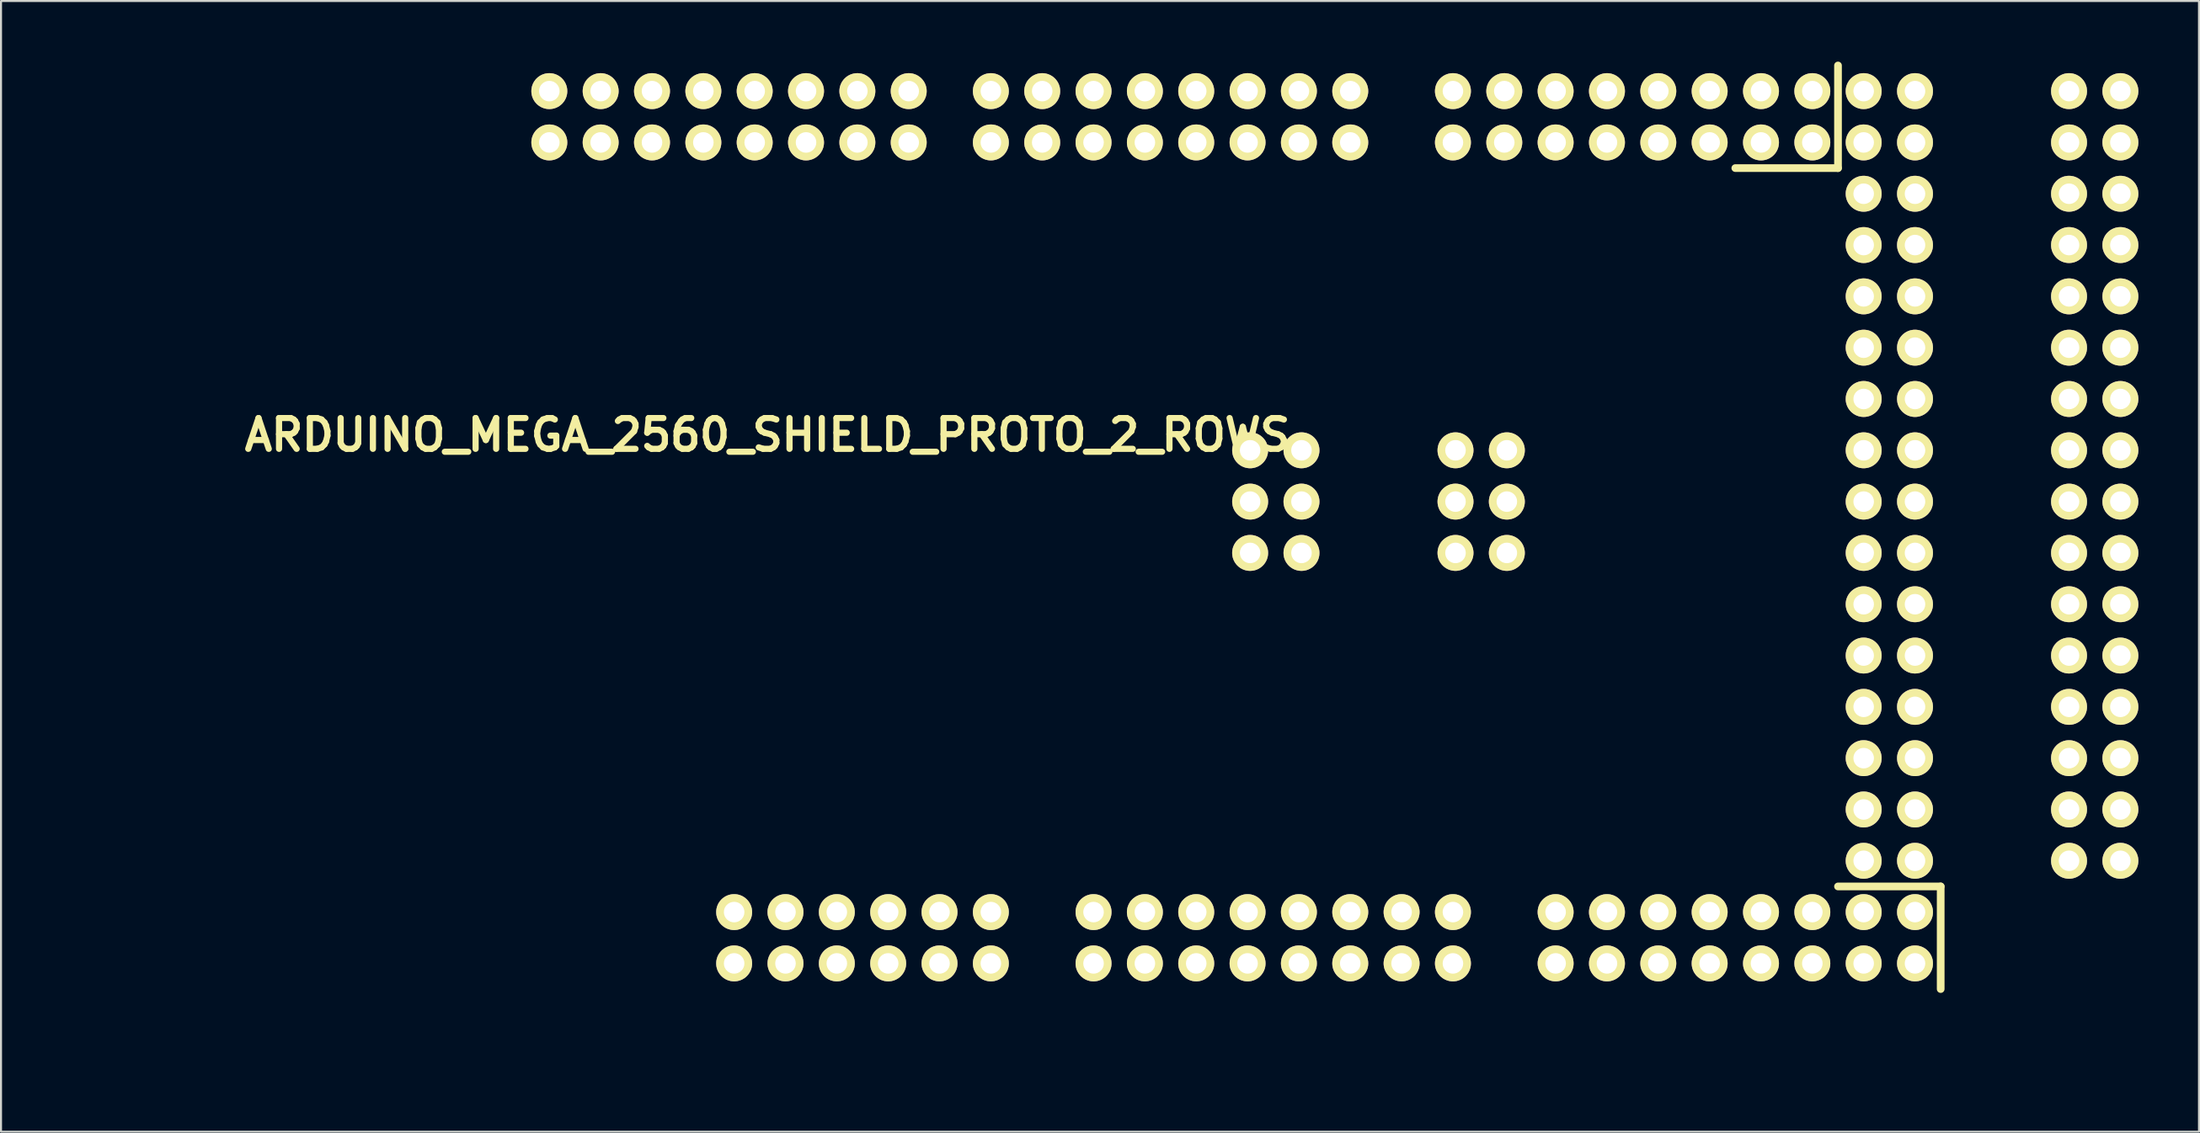
<source format=kicad_pcb>
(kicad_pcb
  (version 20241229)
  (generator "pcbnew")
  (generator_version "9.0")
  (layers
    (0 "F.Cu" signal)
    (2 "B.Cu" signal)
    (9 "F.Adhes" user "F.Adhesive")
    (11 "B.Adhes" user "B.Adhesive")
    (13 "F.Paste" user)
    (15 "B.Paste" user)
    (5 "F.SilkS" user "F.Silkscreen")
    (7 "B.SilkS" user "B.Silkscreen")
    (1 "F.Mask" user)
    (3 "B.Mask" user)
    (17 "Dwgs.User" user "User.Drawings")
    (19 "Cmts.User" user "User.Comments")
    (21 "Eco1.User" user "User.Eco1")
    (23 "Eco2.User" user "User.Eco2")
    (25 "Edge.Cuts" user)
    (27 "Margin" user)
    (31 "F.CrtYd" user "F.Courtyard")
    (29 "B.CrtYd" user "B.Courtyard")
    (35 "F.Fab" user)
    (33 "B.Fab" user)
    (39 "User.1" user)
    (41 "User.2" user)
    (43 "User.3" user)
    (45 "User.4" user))
  (footprint "ARDUINO_MEGA_2560_SHIELD_PROTO_2_ROWS"
    (layer "F.Cu")
    (at 0.25 49.721)
    (property "Reference" "ARDUINO_MEGA_2560_SHIELD_PROTO_2_ROWS" (at 34.671 -31.242 0) (layer "F.SilkS") (effects (font (size 1.524 1.524) (thickness 0.305))))
    (attr through_hole)
    (fp_line (start 87.63 -44.45) (end 82.55 -44.45) (stroke (width 0.381) (type solid)) (layer "F.SilkS"))
    (fp_line (start 87.63 -44.45) (end 87.63 -49.53) (stroke (width 0.381) (type solid)) (layer "F.SilkS"))
    (fp_line (start 87.63 -8.89) (end 92.71 -8.89) (stroke (width 0.381) (type solid)) (layer "F.SilkS"))
    (fp_line (start 92.71 -8.89) (end 92.71 -3.81) (stroke (width 0.381) (type solid)) (layer "F.SilkS"))
    (pad "0" thru_hole circle (at 63.5 -48.26) (size 1.778 1.778) (drill 1.016) (layers "*.Cu" "*.Mask" "F.SilkS"))
    (pad "0" thru_hole circle (at 63.5 -45.72) (size 1.778 1.778) (drill 1.016) (layers "*.Cu" "*.Mask" "F.SilkS"))
    (pad "1" thru_hole circle (at 60.96 -48.26) (size 1.778 1.778) (drill 1.016) (layers "*.Cu" "*.Mask" "F.SilkS"))
    (pad "1" thru_hole circle (at 60.96 -45.72) (size 1.778 1.778) (drill 1.016) (layers "*.Cu" "*.Mask" "F.SilkS"))
    (pad "2" thru_hole circle (at 58.42 -48.26) (size 1.778 1.778) (drill 1.016) (layers "*.Cu" "*.Mask" "F.SilkS"))
    (pad "2" thru_hole circle (at 58.42 -45.72) (size 1.778 1.778) (drill 1.016) (layers "*.Cu" "*.Mask" "F.SilkS"))
    (pad "3" thru_hole circle (at 55.88 -48.26) (size 1.778 1.778) (drill 1.016) (layers "*.Cu" "*.Mask" "F.SilkS"))
    (pad "3" thru_hole circle (at 55.88 -45.72) (size 1.778 1.778) (drill 1.016) (layers "*.Cu" "*.Mask" "F.SilkS"))
    (pad "3V3" thru_hole circle (at 35.56 -7.62) (size 1.778 1.778) (drill 1.016) (layers "*.Cu" "*.Mask" "F.SilkS"))
    (pad "3V3" thru_hole circle (at 35.56 -5.08) (size 1.778 1.778) (drill 1.016) (layers "*.Cu" "*.Mask" "F.SilkS"))
    (pad "4" thru_hole circle (at 53.34 -48.26) (size 1.778 1.778) (drill 1.016) (layers "*.Cu" "*.Mask" "F.SilkS"))
    (pad "4" thru_hole circle (at 53.34 -45.72) (size 1.778 1.778) (drill 1.016) (layers "*.Cu" "*.Mask" "F.SilkS"))
    (pad "5" thru_hole circle (at 50.8 -48.26) (size 1.778 1.778) (drill 1.016) (layers "*.Cu" "*.Mask" "F.SilkS"))
    (pad "5" thru_hole circle (at 50.8 -45.72) (size 1.778 1.778) (drill 1.016) (layers "*.Cu" "*.Mask" "F.SilkS"))
    (pad "5V1" thru_hole circle (at 38.1 -7.62) (size 1.778 1.778) (drill 1.016) (layers "*.Cu" "*.Mask" "F.SilkS"))
    (pad "5V1" thru_hole circle (at 38.1 -5.08) (size 1.778 1.778) (drill 1.016) (layers "*.Cu" "*.Mask" "F.SilkS"))
    (pad "5V4" thru_hole oval (at 68.707 -30.48 90) (size 1.778 1.778) (drill 1.016) (layers "*.Cu" "*.Mask" "F.SilkS"))
    (pad "5V4" thru_hole oval (at 71.247 -30.48 90) (size 1.778 1.778) (drill 1.016) (layers "*.Cu" "*.Mask" "F.SilkS"))
    (pad "6" thru_hole circle (at 48.26 -48.26) (size 1.778 1.778) (drill 1.016) (layers "*.Cu" "*.Mask" "F.SilkS"))
    (pad "6" thru_hole circle (at 48.26 -45.72) (size 1.778 1.778) (drill 1.016) (layers "*.Cu" "*.Mask" "F.SilkS"))
    (pad "7" thru_hole circle (at 45.72 -48.26) (size 1.778 1.778) (drill 1.016) (layers "*.Cu" "*.Mask" "F.SilkS"))
    (pad "7" thru_hole circle (at 45.72 -45.72) (size 1.778 1.778) (drill 1.016) (layers "*.Cu" "*.Mask" "F.SilkS"))
    (pad "8" thru_hole circle (at 41.656 -48.26) (size 1.778 1.778) (drill 1.016) (layers "*.Cu" "*.Mask" "F.SilkS"))
    (pad "8" thru_hole circle (at 41.656 -45.72) (size 1.778 1.778) (drill 1.016) (layers "*.Cu" "*.Mask" "F.SilkS"))
    (pad "9" thru_hole circle (at 39.116 -48.26) (size 1.778 1.778) (drill 1.016) (layers "*.Cu" "*.Mask" "F.SilkS"))
    (pad "9" thru_hole circle (at 39.116 -45.72) (size 1.778 1.778) (drill 1.016) (layers "*.Cu" "*.Mask" "F.SilkS"))
    (pad "10" thru_hole circle (at 36.576 -48.26) (size 1.778 1.778) (drill 1.016) (layers "*.Cu" "*.Mask" "F.SilkS"))
    (pad "10" thru_hole circle (at 36.576 -45.72) (size 1.778 1.778) (drill 1.016) (layers "*.Cu" "*.Mask" "F.SilkS"))
    (pad "11" thru_hole circle (at 34.036 -48.26) (size 1.778 1.778) (drill 1.016) (layers "*.Cu" "*.Mask" "F.SilkS"))
    (pad "11" thru_hole circle (at 34.036 -45.72) (size 1.778 1.778) (drill 1.016) (layers "*.Cu" "*.Mask" "F.SilkS"))
    (pad "12" thru_hole circle (at 31.496 -48.26) (size 1.778 1.778) (drill 1.016) (layers "*.Cu" "*.Mask" "F.SilkS"))
    (pad "12" thru_hole circle (at 31.496 -45.72) (size 1.778 1.778) (drill 1.016) (layers "*.Cu" "*.Mask" "F.SilkS"))
    (pad "13" thru_hole circle (at 28.956 -48.26) (size 1.778 1.778) (drill 1.016) (layers "*.Cu" "*.Mask" "F.SilkS"))
    (pad "13" thru_hole circle (at 28.956 -45.72) (size 1.778 1.778) (drill 1.016) (layers "*.Cu" "*.Mask" "F.SilkS"))
    (pad "14" thru_hole circle (at 68.58 -48.26) (size 1.778 1.778) (drill 1.016) (layers "*.Cu" "*.Mask" "F.SilkS"))
    (pad "14" thru_hole circle (at 68.58 -45.72) (size 1.778 1.778) (drill 1.016) (layers "*.Cu" "*.Mask" "F.SilkS"))
    (pad "15" thru_hole circle (at 71.12 -48.26) (size 1.778 1.778) (drill 1.016) (layers "*.Cu" "*.Mask" "F.SilkS"))
    (pad "15" thru_hole circle (at 71.12 -45.72) (size 1.778 1.778) (drill 1.016) (layers "*.Cu" "*.Mask" "F.SilkS"))
    (pad "16" thru_hole circle (at 73.66 -48.26) (size 1.778 1.778) (drill 1.016) (layers "*.Cu" "*.Mask" "F.SilkS"))
    (pad "16" thru_hole circle (at 73.66 -45.72) (size 1.778 1.778) (drill 1.016) (layers "*.Cu" "*.Mask" "F.SilkS"))
    (pad "17" thru_hole circle (at 76.2 -48.26) (size 1.778 1.778) (drill 1.016) (layers "*.Cu" "*.Mask" "F.SilkS"))
    (pad "17" thru_hole circle (at 76.2 -45.72) (size 1.778 1.778) (drill 1.016) (layers "*.Cu" "*.Mask" "F.SilkS"))
    (pad "18" thru_hole circle (at 78.74 -48.26) (size 1.778 1.778) (drill 1.016) (layers "*.Cu" "*.Mask" "F.SilkS"))
    (pad "18" thru_hole circle (at 78.74 -45.72) (size 1.778 1.778) (drill 1.016) (layers "*.Cu" "*.Mask" "F.SilkS"))
    (pad "19" thru_hole circle (at 81.28 -48.26) (size 1.778 1.778) (drill 1.016) (layers "*.Cu" "*.Mask" "F.SilkS"))
    (pad "19" thru_hole circle (at 81.28 -45.72) (size 1.778 1.778) (drill 1.016) (layers "*.Cu" "*.Mask" "F.SilkS"))
    (pad "20" thru_hole circle (at 83.82 -48.26) (size 1.778 1.778) (drill 1.016) (layers "*.Cu" "*.Mask" "F.SilkS"))
    (pad "20" thru_hole circle (at 83.82 -45.72) (size 1.778 1.778) (drill 1.016) (layers "*.Cu" "*.Mask" "F.SilkS"))
    (pad "21" thru_hole circle (at 86.36 -48.26) (size 1.778 1.778) (drill 1.016) (layers "*.Cu" "*.Mask" "F.SilkS"))
    (pad "21" thru_hole circle (at 86.36 -45.72) (size 1.778 1.778) (drill 1.016) (layers "*.Cu" "*.Mask" "F.SilkS"))
    (pad "22" thru_hole circle (at 88.9 -48.26) (size 1.778 1.778) (drill 1.016) (layers "*.Cu" "*.Mask" "F.SilkS"))
    (pad "22" thru_hole circle (at 91.44 -48.26) (size 1.778 1.778) (drill 1.016) (layers "*.Cu" "*.Mask" "F.SilkS"))
    (pad "23" thru_hole circle (at 99.06 -48.26) (size 1.778 1.778) (drill 1.016) (layers "*.Cu" "*.Mask" "F.SilkS"))
    (pad "23" thru_hole circle (at 101.6 -48.26) (size 1.778 1.778) (drill 1.016) (layers "*.Cu" "*.Mask" "F.SilkS"))
    (pad "24" thru_hole circle (at 88.9 -45.72) (size 1.778 1.778) (drill 1.016) (layers "*.Cu" "*.Mask" "F.SilkS"))
    (pad "24" thru_hole circle (at 91.44 -45.72) (size 1.778 1.778) (drill 1.016) (layers "*.Cu" "*.Mask" "F.SilkS"))
    (pad "25" thru_hole circle (at 99.06 -45.72) (size 1.778 1.778) (drill 1.016) (layers "*.Cu" "*.Mask" "F.SilkS"))
    (pad "25" thru_hole circle (at 101.6 -45.72) (size 1.778 1.778) (drill 1.016) (layers "*.Cu" "*.Mask" "F.SilkS"))
    (pad "26" thru_hole circle (at 88.9 -43.18) (size 1.778 1.778) (drill 1.016) (layers "*.Cu" "*.Mask" "F.SilkS"))
    (pad "26" thru_hole circle (at 91.44 -43.18) (size 1.778 1.778) (drill 1.016) (layers "*.Cu" "*.Mask" "F.SilkS"))
    (pad "27" thru_hole circle (at 99.06 -43.18) (size 1.778 1.778) (drill 1.016) (layers "*.Cu" "*.Mask" "F.SilkS"))
    (pad "27" thru_hole circle (at 101.6 -43.18) (size 1.778 1.778) (drill 1.016) (layers "*.Cu" "*.Mask" "F.SilkS"))
    (pad "28" thru_hole circle (at 88.9 -40.64) (size 1.778 1.778) (drill 1.016) (layers "*.Cu" "*.Mask" "F.SilkS"))
    (pad "28" thru_hole circle (at 91.44 -40.64) (size 1.778 1.778) (drill 1.016) (layers "*.Cu" "*.Mask" "F.SilkS"))
    (pad "29" thru_hole circle (at 99.06 -40.64) (size 1.778 1.778) (drill 1.016) (layers "*.Cu" "*.Mask" "F.SilkS"))
    (pad "29" thru_hole circle (at 101.6 -40.64) (size 1.778 1.778) (drill 1.016) (layers "*.Cu" "*.Mask" "F.SilkS"))
    (pad "30" thru_hole circle (at 88.9 -38.1) (size 1.778 1.778) (drill 1.016) (layers "*.Cu" "*.Mask" "F.SilkS"))
    (pad "30" thru_hole circle (at 91.44 -38.1) (size 1.778 1.778) (drill 1.016) (layers "*.Cu" "*.Mask" "F.SilkS"))
    (pad "31" thru_hole circle (at 99.06 -38.1) (size 1.778 1.778) (drill 1.016) (layers "*.Cu" "*.Mask" "F.SilkS"))
    (pad "31" thru_hole circle (at 101.6 -38.1) (size 1.778 1.778) (drill 1.016) (layers "*.Cu" "*.Mask" "F.SilkS"))
    (pad "32" thru_hole circle (at 88.9 -35.56) (size 1.778 1.778) (drill 1.016) (layers "*.Cu" "*.Mask" "F.SilkS"))
    (pad "32" thru_hole circle (at 91.44 -35.56) (size 1.778 1.778) (drill 1.016) (layers "*.Cu" "*.Mask" "F.SilkS"))
    (pad "33" thru_hole circle (at 99.06 -35.56) (size 1.778 1.778) (drill 1.016) (layers "*.Cu" "*.Mask" "F.SilkS"))
    (pad "33" thru_hole circle (at 101.6 -35.56) (size 1.778 1.778) (drill 1.016) (layers "*.Cu" "*.Mask" "F.SilkS"))
    (pad "34" thru_hole circle (at 88.9 -33.02) (size 1.778 1.778) (drill 1.016) (layers "*.Cu" "*.Mask" "F.SilkS"))
    (pad "34" thru_hole circle (at 91.44 -33.02) (size 1.778 1.778) (drill 1.016) (layers "*.Cu" "*.Mask" "F.SilkS"))
    (pad "35" thru_hole circle (at 99.06 -33.02) (size 1.778 1.778) (drill 1.016) (layers "*.Cu" "*.Mask" "F.SilkS"))
    (pad "35" thru_hole circle (at 101.6 -33.02) (size 1.778 1.778) (drill 1.016) (layers "*.Cu" "*.Mask" "F.SilkS"))
    (pad "36" thru_hole circle (at 88.9 -30.48) (size 1.778 1.778) (drill 1.016) (layers "*.Cu" "*.Mask" "F.SilkS"))
    (pad "36" thru_hole circle (at 91.44 -30.48) (size 1.778 1.778) (drill 1.016) (layers "*.Cu" "*.Mask" "F.SilkS"))
    (pad "37" thru_hole circle (at 99.06 -30.48) (size 1.778 1.778) (drill 1.016) (layers "*.Cu" "*.Mask" "F.SilkS"))
    (pad "37" thru_hole circle (at 101.6 -30.48) (size 1.778 1.778) (drill 1.016) (layers "*.Cu" "*.Mask" "F.SilkS"))
    (pad "38" thru_hole circle (at 88.9 -27.94) (size 1.778 1.778) (drill 1.016) (layers "*.Cu" "*.Mask" "F.SilkS"))
    (pad "38" thru_hole circle (at 91.44 -27.94) (size 1.778 1.778) (drill 1.016) (layers "*.Cu" "*.Mask" "F.SilkS"))
    (pad "39" thru_hole circle (at 99.06 -27.94) (size 1.778 1.778) (drill 1.016) (layers "*.Cu" "*.Mask" "F.SilkS"))
    (pad "39" thru_hole circle (at 101.6 -27.94) (size 1.778 1.778) (drill 1.016) (layers "*.Cu" "*.Mask" "F.SilkS"))
    (pad "40" thru_hole circle (at 88.9 -25.4) (size 1.778 1.778) (drill 1.016) (layers "*.Cu" "*.Mask" "F.SilkS"))
    (pad "40" thru_hole circle (at 91.44 -25.4) (size 1.778 1.778) (drill 1.016) (layers "*.Cu" "*.Mask" "F.SilkS"))
    (pad "41" thru_hole circle (at 99.06 -25.4) (size 1.778 1.778) (drill 1.016) (layers "*.Cu" "*.Mask" "F.SilkS"))
    (pad "41" thru_hole circle (at 101.6 -25.4) (size 1.778 1.778) (drill 1.016) (layers "*.Cu" "*.Mask" "F.SilkS"))
    (pad "42" thru_hole circle (at 88.9 -22.86) (size 1.778 1.778) (drill 1.016) (layers "*.Cu" "*.Mask" "F.SilkS"))
    (pad "42" thru_hole circle (at 91.44 -22.86) (size 1.778 1.778) (drill 1.016) (layers "*.Cu" "*.Mask" "F.SilkS"))
    (pad "43" thru_hole circle (at 99.06 -22.86) (size 1.778 1.778) (drill 1.016) (layers "*.Cu" "*.Mask" "F.SilkS"))
    (pad "43" thru_hole circle (at 101.6 -22.86) (size 1.778 1.778) (drill 1.016) (layers "*.Cu" "*.Mask" "F.SilkS"))
    (pad "44" thru_hole circle (at 88.9 -20.32) (size 1.778 1.778) (drill 1.016) (layers "*.Cu" "*.Mask" "F.SilkS"))
    (pad "44" thru_hole circle (at 91.44 -20.32) (size 1.778 1.778) (drill 1.016) (layers "*.Cu" "*.Mask" "F.SilkS"))
    (pad "45" thru_hole circle (at 99.06 -20.32) (size 1.778 1.778) (drill 1.016) (layers "*.Cu" "*.Mask" "F.SilkS"))
    (pad "45" thru_hole circle (at 101.6 -20.32) (size 1.778 1.778) (drill 1.016) (layers "*.Cu" "*.Mask" "F.SilkS"))
    (pad "46" thru_hole circle (at 88.9 -17.78) (size 1.778 1.778) (drill 1.016) (layers "*.Cu" "*.Mask" "F.SilkS"))
    (pad "46" thru_hole circle (at 91.44 -17.78) (size 1.778 1.778) (drill 1.016) (layers "*.Cu" "*.Mask" "F.SilkS"))
    (pad "47" thru_hole circle (at 99.06 -17.78) (size 1.778 1.778) (drill 1.016) (layers "*.Cu" "*.Mask" "F.SilkS"))
    (pad "47" thru_hole circle (at 101.6 -17.78) (size 1.778 1.778) (drill 1.016) (layers "*.Cu" "*.Mask" "F.SilkS"))
    (pad "48" thru_hole circle (at 88.9 -15.24) (size 1.778 1.778) (drill 1.016) (layers "*.Cu" "*.Mask" "F.SilkS"))
    (pad "48" thru_hole circle (at 91.44 -15.24) (size 1.778 1.778) (drill 1.016) (layers "*.Cu" "*.Mask" "F.SilkS"))
    (pad "49" thru_hole circle (at 99.06 -15.24) (size 1.778 1.778) (drill 1.016) (layers "*.Cu" "*.Mask" "F.SilkS"))
    (pad "49" thru_hole circle (at 101.6 -15.24) (size 1.778 1.778) (drill 1.016) (layers "*.Cu" "*.Mask" "F.SilkS"))
    (pad "50" thru_hole circle (at 88.9 -12.7) (size 1.778 1.778) (drill 1.016) (layers "*.Cu" "*.Mask" "F.SilkS"))
    (pad "50" thru_hole circle (at 91.44 -12.7) (size 1.778 1.778) (drill 1.016) (layers "*.Cu" "*.Mask" "F.SilkS"))
    (pad "51" thru_hole circle (at 99.06 -12.7) (size 1.778 1.778) (drill 1.016) (layers "*.Cu" "*.Mask" "F.SilkS"))
    (pad "51" thru_hole circle (at 101.6 -12.7) (size 1.778 1.778) (drill 1.016) (layers "*.Cu" "*.Mask" "F.SilkS"))
    (pad "52" thru_hole circle (at 88.9 -10.16) (size 1.778 1.778) (drill 1.016) (layers "*.Cu" "*.Mask" "F.SilkS"))
    (pad "52" thru_hole circle (at 91.44 -10.16) (size 1.778 1.778) (drill 1.016) (layers "*.Cu" "*.Mask" "F.SilkS"))
    (pad "53" thru_hole circle (at 99.06 -10.16) (size 1.778 1.778) (drill 1.016) (layers "*.Cu" "*.Mask" "F.SilkS"))
    (pad "53" thru_hole circle (at 101.6 -10.16) (size 1.778 1.778) (drill 1.016) (layers "*.Cu" "*.Mask" "F.SilkS"))
    (pad "AD0" thru_hole circle (at 50.8 -7.62) (size 1.778 1.778) (drill 1.016) (layers "*.Cu" "*.Mask" "F.SilkS"))
    (pad "AD0" thru_hole circle (at 50.8 -5.08) (size 1.778 1.778) (drill 1.016) (layers "*.Cu" "*.Mask" "F.SilkS"))
    (pad "AD1" thru_hole circle (at 53.34 -7.62) (size 1.778 1.778) (drill 1.016) (layers "*.Cu" "*.Mask" "F.SilkS"))
    (pad "AD1" thru_hole circle (at 53.34 -5.08) (size 1.778 1.778) (drill 1.016) (layers "*.Cu" "*.Mask" "F.SilkS"))
    (pad "AD2" thru_hole circle (at 55.88 -7.62) (size 1.778 1.778) (drill 1.016) (layers "*.Cu" "*.Mask" "F.SilkS"))
    (pad "AD2" thru_hole circle (at 55.88 -5.08) (size 1.778 1.778) (drill 1.016) (layers "*.Cu" "*.Mask" "F.SilkS"))
    (pad "AD3" thru_hole circle (at 58.42 -7.62) (size 1.778 1.778) (drill 1.016) (layers "*.Cu" "*.Mask" "F.SilkS"))
    (pad "AD3" thru_hole circle (at 58.42 -5.08) (size 1.778 1.778) (drill 1.016) (layers "*.Cu" "*.Mask" "F.SilkS"))
    (pad "AD4" thru_hole circle (at 60.96 -7.62) (size 1.778 1.778) (drill 1.016) (layers "*.Cu" "*.Mask" "F.SilkS"))
    (pad "AD4" thru_hole circle (at 60.96 -5.08) (size 1.778 1.778) (drill 1.016) (layers "*.Cu" "*.Mask" "F.SilkS"))
    (pad "AD5" thru_hole circle (at 63.5 -7.62) (size 1.778 1.778) (drill 1.016) (layers "*.Cu" "*.Mask" "F.SilkS"))
    (pad "AD5" thru_hole circle (at 63.5 -5.08) (size 1.778 1.778) (drill 1.016) (layers "*.Cu" "*.Mask" "F.SilkS"))
    (pad "AD6" thru_hole circle (at 66.04 -7.62) (size 1.778 1.778) (drill 1.016) (layers "*.Cu" "*.Mask" "F.SilkS"))
    (pad "AD6" thru_hole circle (at 66.04 -5.08) (size 1.778 1.778) (drill 1.016) (layers "*.Cu" "*.Mask" "F.SilkS"))
    (pad "AD7" thru_hole circle (at 68.58 -7.62) (size 1.778 1.778) (drill 1.016) (layers "*.Cu" "*.Mask" "F.SilkS"))
    (pad "AD7" thru_hole circle (at 68.58 -5.08) (size 1.778 1.778) (drill 1.016) (layers "*.Cu" "*.Mask" "F.SilkS"))
    (pad "AD8" thru_hole circle (at 73.66 -7.62) (size 1.778 1.778) (drill 1.016) (layers "*.Cu" "*.Mask" "F.SilkS"))
    (pad "AD8" thru_hole circle (at 73.66 -5.08) (size 1.778 1.778) (drill 1.016) (layers "*.Cu" "*.Mask" "F.SilkS"))
    (pad "AD9" thru_hole circle (at 76.2 -7.62) (size 1.778 1.778) (drill 1.016) (layers "*.Cu" "*.Mask" "F.SilkS"))
    (pad "AD9" thru_hole circle (at 76.2 -5.08) (size 1.778 1.778) (drill 1.016) (layers "*.Cu" "*.Mask" "F.SilkS"))
    (pad "AD10" thru_hole circle (at 78.74 -7.62) (size 1.778 1.778) (drill 1.016) (layers "*.Cu" "*.Mask" "F.SilkS"))
    (pad "AD10" thru_hole circle (at 78.74 -5.08) (size 1.778 1.778) (drill 1.016) (layers "*.Cu" "*.Mask" "F.SilkS"))
    (pad "AD11" thru_hole circle (at 81.28 -7.62) (size 1.778 1.778) (drill 1.016) (layers "*.Cu" "*.Mask" "F.SilkS"))
    (pad "AD11" thru_hole circle (at 81.28 -5.08) (size 1.778 1.778) (drill 1.016) (layers "*.Cu" "*.Mask" "F.SilkS"))
    (pad "AD12" thru_hole circle (at 83.82 -7.62) (size 1.778 1.778) (drill 1.016) (layers "*.Cu" "*.Mask" "F.SilkS"))
    (pad "AD12" thru_hole circle (at 83.82 -5.08) (size 1.778 1.778) (drill 1.016) (layers "*.Cu" "*.Mask" "F.SilkS"))
    (pad "AD13" thru_hole circle (at 86.36 -7.62) (size 1.778 1.778) (drill 1.016) (layers "*.Cu" "*.Mask" "F.SilkS"))
    (pad "AD13" thru_hole circle (at 86.36 -5.08) (size 1.778 1.778) (drill 1.016) (layers "*.Cu" "*.Mask" "F.SilkS"))
    (pad "AD14" thru_hole circle (at 88.9 -7.62) (size 1.778 1.778) (drill 1.016) (layers "*.Cu" "*.Mask" "F.SilkS"))
    (pad "AD14" thru_hole circle (at 88.9 -5.08) (size 1.778 1.778) (drill 1.016) (layers "*.Cu" "*.Mask" "F.SilkS"))
    (pad "AD15" thru_hole circle (at 91.44 -7.62) (size 1.778 1.778) (drill 1.016) (layers "*.Cu" "*.Mask" "F.SilkS"))
    (pad "AD15" thru_hole circle (at 91.44 -5.08) (size 1.778 1.778) (drill 1.016) (layers "*.Cu" "*.Mask" "F.SilkS"))
    (pad "AREF" thru_hole circle (at 23.876 -48.26) (size 1.778 1.778) (drill 1.016) (layers "*.Cu" "*.Mask" "F.SilkS"))
    (pad "AREF" thru_hole circle (at 23.876 -45.72) (size 1.778 1.778) (drill 1.016) (layers "*.Cu" "*.Mask" "F.SilkS"))
    (pad "GND1" thru_hole circle (at 40.64 -7.62) (size 1.778 1.778) (drill 1.016) (layers "*.Cu" "*.Mask" "F.SilkS"))
    (pad "GND1" thru_hole circle (at 40.64 -5.08) (size 1.778 1.778) (drill 1.016) (layers "*.Cu" "*.Mask" "F.SilkS"))
    (pad "GND2" thru_hole circle (at 43.18 -7.62) (size 1.778 1.778) (drill 1.016) (layers "*.Cu" "*.Mask" "F.SilkS"))
    (pad "GND2" thru_hole circle (at 43.18 -5.08) (size 1.778 1.778) (drill 1.016) (layers "*.Cu" "*.Mask" "F.SilkS"))
    (pad "GND3" thru_hole circle (at 26.416 -48.26) (size 1.778 1.778) (drill 1.016) (layers "*.Cu" "*.Mask" "F.SilkS"))
    (pad "GND3" thru_hole circle (at 26.416 -45.72) (size 1.778 1.778) (drill 1.016) (layers "*.Cu" "*.Mask" "F.SilkS"))
    (pad "GND6" thru_hole oval (at 68.707 -25.4 90) (size 1.778 1.778) (drill 1.016) (layers "*.Cu" "*.Mask" "F.SilkS"))
    (pad "GND6" thru_hole oval (at 71.247 -25.4 90) (size 1.778 1.778) (drill 1.016) (layers "*.Cu" "*.Mask" "F.SilkS"))
    (pad "MISO" thru_hole oval (at 58.547 -30.48 90) (size 1.778 1.778) (drill 1.016) (layers "*.Cu" "*.Mask" "F.SilkS"))
    (pad "MISO" thru_hole oval (at 61.087 -30.48 90) (size 1.778 1.778) (drill 1.016) (layers "*.Cu" "*.Mask" "F.SilkS"))
    (pad "MOSI" thru_hole oval (at 68.707 -27.94 90) (size 1.778 1.778) (drill 1.016) (layers "*.Cu" "*.Mask" "F.SilkS"))
    (pad "MOSI" thru_hole oval (at 71.247 -27.94 90) (size 1.778 1.778) (drill 1.016) (layers "*.Cu" "*.Mask" "F.SilkS"))
    (pad "RST1" thru_hole circle (at 33.02 -7.62) (size 1.778 1.778) (drill 1.016) (layers "*.Cu" "*.Mask" "F.SilkS"))
    (pad "RST1" thru_hole circle (at 33.02 -5.08) (size 1.778 1.778) (drill 1.016) (layers "*.Cu" "*.Mask" "F.SilkS"))
    (pad "RST2" thru_hole oval (at 58.547 -25.4 90) (size 1.778 1.778) (drill 1.016) (layers "*.Cu" "*.Mask" "F.SilkS"))
    (pad "RST2" thru_hole oval (at 61.087 -25.4 90) (size 1.778 1.778) (drill 1.016) (layers "*.Cu" "*.Mask" "F.SilkS"))
    (pad "SCK" thru_hole oval (at 58.547 -27.94 90) (size 1.778 1.778) (drill 1.016) (layers "*.Cu" "*.Mask" "F.SilkS"))
    (pad "SCK" thru_hole oval (at 61.087 -27.94 90) (size 1.778 1.778) (drill 1.016) (layers "*.Cu" "*.Mask" "F.SilkS"))
    (pad "V_IN" thru_hole circle (at 45.72 -7.62) (size 1.778 1.778) (drill 1.016) (layers "*.Cu" "*.Mask" "F.SilkS"))
    (pad "V_IN" thru_hole circle (at 45.72 -5.08) (size 1.778 1.778) (drill 1.016) (layers "*.Cu" "*.Mask" "F.SilkS")))
  (gr_rect
    (start -3 -3)
    (end 105.739 52.971)
    (stroke (width 0.1) (type default))
    (fill no)
    (layer "Edge.Cuts")))
</source>
